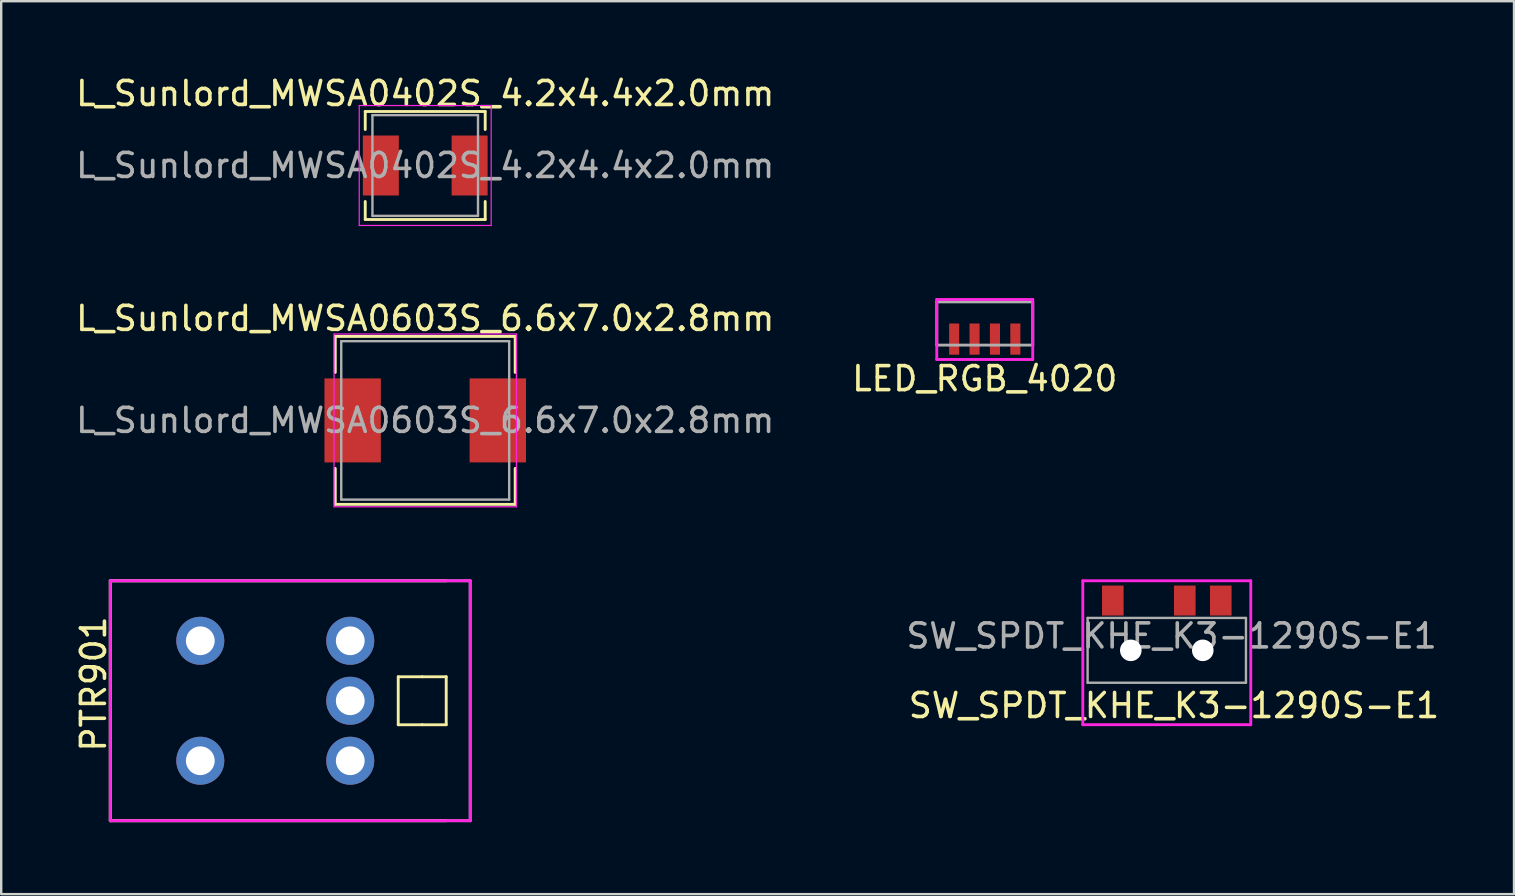
<source format=kicad_pcb>
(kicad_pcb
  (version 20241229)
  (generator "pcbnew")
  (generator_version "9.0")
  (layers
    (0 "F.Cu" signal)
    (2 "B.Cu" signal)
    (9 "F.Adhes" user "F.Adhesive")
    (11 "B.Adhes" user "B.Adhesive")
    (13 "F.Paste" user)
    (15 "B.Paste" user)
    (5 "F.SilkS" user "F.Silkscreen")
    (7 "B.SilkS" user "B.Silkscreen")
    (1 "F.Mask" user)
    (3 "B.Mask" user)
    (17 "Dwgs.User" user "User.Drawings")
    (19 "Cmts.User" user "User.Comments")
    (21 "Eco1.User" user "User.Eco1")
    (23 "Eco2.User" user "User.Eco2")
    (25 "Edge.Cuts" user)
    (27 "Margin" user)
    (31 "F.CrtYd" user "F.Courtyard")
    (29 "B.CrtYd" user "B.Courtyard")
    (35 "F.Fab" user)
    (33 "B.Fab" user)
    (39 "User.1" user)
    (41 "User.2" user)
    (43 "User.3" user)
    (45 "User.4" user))
  (footprint "LED_RGB_4020"
    (layer "F.Cu")
    (at 37.994 10.433)
    (property "Reference" "LED_RGB_4020" (at 0 2.3 0) (layer "F.SilkS") (effects (font (size 1 1) (thickness 0.15))))
    (attr through_hole)
    (fp_line (start -2 -1) (end 2 -1) (stroke (width 0.12) (type solid)) (layer "F.CrtYd"))
    (fp_line (start -2 1.5) (end -2 -1) (stroke (width 0.12) (type solid)) (layer "F.CrtYd"))
    (fp_line (start 2 -1) (end 2 1.5) (stroke (width 0.12) (type solid)) (layer "F.CrtYd"))
    (fp_line (start 2 1.5) (end -2 1.5) (stroke (width 0.12) (type solid)) (layer "F.CrtYd"))
    (fp_line (start -2 -0.9) (end -2 0.9) (stroke (width 0.12) (type solid)) (layer "F.Fab"))
    (fp_line (start -2 -0.9) (end 2 -0.9) (stroke (width 0.12) (type solid)) (layer "F.Fab"))
    (fp_line (start -2 0.9) (end 2 0.9) (stroke (width 0.12) (type solid)) (layer "F.Fab"))
    (fp_line (start 2 0.9) (end 2 -0.9) (stroke (width 0.12) (type solid)) (layer "F.Fab"))
    (pad "1" smd rect (at 1.275 0.65) (size 0.42 1.3) (layers "F.Cu" "F.Mask" "F.Paste"))
    (pad "2" smd rect (at 0.425 0.65) (size 0.42 1.3) (layers "F.Cu" "F.Mask" "F.Paste"))
    (pad "3" smd rect (at -0.425 0.65) (size 0.42 1.3) (layers "F.Cu" "F.Mask" "F.Paste"))
    (pad "4" smd rect (at -1.275 0.65) (size 0.42 1.3) (layers "F.Cu" "F.Mask" "F.Paste")))
  (footprint "SW_SPDT_KHE_K3-1290S-E1"
    (layer "F.Cu")
    (at 45.581 24.056)
    (property "Reference" "SW_SPDT_KHE_K3-1290S-E1" (at 0.3 2.3 0) (layer "F.SilkS") (effects (font (size 1 1) (thickness 0.15))))
    (attr smd)
    (fp_line (start -3.5 1.4) (end 3.5 1.4) (stroke (width 0.12) (type solid)) (layer "Eco1.User"))
    (fp_line (start 0 1.4) (end 0 3) (stroke (width 0.12) (type solid)) (layer "Eco1.User"))
    (fp_line (start 0 3) (end 1 3) (stroke (width 0.12) (type solid)) (layer "Eco1.User"))
    (fp_line (start 1 3) (end 1 1.4) (stroke (width 0.12) (type solid)) (layer "Eco1.User"))
    (fp_line (start -3.5 -2.9) (end -3.5 3.1) (stroke (width 0.12) (type solid)) (layer "F.CrtYd"))
    (fp_line (start -3.5 -2.9) (end 3.5 -2.9) (stroke (width 0.12) (type solid)) (layer "F.CrtYd"))
    (fp_line (start -3.5 3.1) (end 3.5 3.1) (stroke (width 0.12) (type solid)) (layer "F.CrtYd"))
    (fp_line (start 3.5 -2.9) (end 3.5 3.1) (stroke (width 0.12) (type solid)) (layer "F.CrtYd"))
    (fp_line (start -3.3 -1.35) (end -3.3 1.35) (stroke (width 0.1) (type solid)) (layer "F.Fab"))
    (fp_line (start -3.3 -1.35) (end 3.3 -1.35) (stroke (width 0.1) (type solid)) (layer "F.Fab"))
    (fp_line (start 3.3 -1.35) (end 3.3 1.35) (stroke (width 0.1) (type solid)) (layer "F.Fab"))
    (fp_line (start 3.3 1.35) (end -3.3 1.35) (stroke (width 0.1) (type solid)) (layer "F.Fab"))
    (fp_text user "${REFERENCE}" (at 0.2 -0.6 0) (layer "F.Fab") (effects (font (size 1 1) (thickness 0.15))))
    (pad "" np_thru_hole circle (at -1.5 0) (size 0.9 0.9) (drill 0.9) (layers "*.Cu" "*.Mask"))
    (pad "" np_thru_hole circle (at 1.5 0) (size 0.9 0.9) (drill 0.9) (layers "*.Cu" "*.Mask"))
    (pad "1" smd rect (at -2.25 -2.075) (size 0.9 1.25) (layers "F.Cu" "F.Mask" "F.Paste"))
    (pad "2" smd rect (at 0.75 -2.075) (size 0.9 1.25) (layers "F.Cu" "F.Mask" "F.Paste"))
    (pad "3" smd rect (at 2.25 -2.075) (size 0.9 1.25) (layers "F.Cu" "F.Mask" "F.Paste")))
  (footprint "PTR901"
    (layer "F.Cu")
    (at 11.548 26.157)
    (property "Reference" "PTR901" (at -10.7 -0.7 90) (layer "F.SilkS") (effects (font (size 1 1) (thickness 0.15))))
    (attr through_hole)
    (fp_line (start -10 -5) (end 4 -5) (stroke (width 0.12) (type solid)) (layer "F.SilkS"))
    (fp_line (start -10 5) (end -10 -5) (stroke (width 0.12) (type solid)) (layer "F.SilkS"))
    (fp_line (start 2 -1) (end 2 1) (stroke (width 0.12) (type solid)) (layer "F.SilkS"))
    (fp_line (start 2 1) (end 3 1) (stroke (width 0.12) (type solid)) (layer "F.SilkS"))
    (fp_line (start 3 -1) (end 2 -1) (stroke (width 0.12) (type solid)) (layer "F.SilkS"))
    (fp_line (start 3 1) (end 4 1) (stroke (width 0.12) (type solid)) (layer "F.SilkS"))
    (fp_line (start 4 -1) (end 3 -1) (stroke (width 0.12) (type solid)) (layer "F.SilkS"))
    (fp_line (start 4 1) (end 4 -1) (stroke (width 0.12) (type solid)) (layer "F.SilkS"))
    (fp_line (start 4 5) (end -10 5) (stroke (width 0.12) (type solid)) (layer "F.SilkS"))
    (fp_line (start -7.5 -2.5) (end 2.5 -2.5) (stroke (width 0.12) (type solid)) (layer "Eco1.User"))
    (fp_line (start -6.25 -5) (end -6.25 5) (stroke (width 0.12) (type solid)) (layer "Eco1.User"))
    (fp_line (start 0 -5) (end 0 5) (stroke (width 0.12) (type solid)) (layer "Eco1.User"))
    (fp_line (start 0 2.5) (end -7.5 2.5) (stroke (width 0.12) (type solid)) (layer "Eco1.User"))
    (fp_line (start 0 2.5) (end 2.5 2.5) (stroke (width 0.12) (type solid)) (layer "Eco1.User"))
    (fp_line (start -10 -5) (end -10 5) (stroke (width 0.12) (type solid)) (layer "Eco2.User"))
    (fp_line (start -10 5) (end 5 5) (stroke (width 0.12) (type solid)) (layer "Eco2.User"))
    (fp_line (start 5 -5) (end -10 -5) (stroke (width 0.12) (type solid)) (layer "Eco2.User"))
    (fp_line (start 5 -2.5) (end 20 -2.5) (stroke (width 0.12) (type solid)) (layer "Eco2.User"))
    (fp_line (start 5 5) (end 5 -5) (stroke (width 0.12) (type solid)) (layer "Eco2.User"))
    (fp_line (start 20 -2.5) (end 20 2.5) (stroke (width 0.12) (type solid)) (layer "Eco2.User"))
    (fp_line (start 20 2.5) (end 5 2.5) (stroke (width 0.12) (type solid)) (layer "Eco2.User"))
    (fp_line (start -10 -5) (end 5 -5) (stroke (width 0.12) (type solid)) (layer "F.CrtYd"))
    (fp_line (start -10 5) (end -10 -5) (stroke (width 0.12) (type solid)) (layer "F.CrtYd"))
    (fp_line (start 5 -5) (end 5 5) (stroke (width 0.12) (type solid)) (layer "F.CrtYd"))
    (fp_line (start 5 5) (end -10 5) (stroke (width 0.12) (type solid)) (layer "F.CrtYd"))
    (fp_line (start -10 -5) (end 5 -5) (stroke (width 0.12) (type solid)) (layer "F.Fab"))
    (fp_line (start -10 5) (end -10 -5) (stroke (width 0.12) (type solid)) (layer "F.Fab"))
    (fp_line (start 5 -5) (end 5 5) (stroke (width 0.12) (type solid)) (layer "F.Fab"))
    (fp_line (start 5 5) (end -10 5) (stroke (width 0.12) (type solid)) (layer "F.Fab"))
    (pad "1" thru_hole circle (at -6.25 -2.5) (size 2 2) (drill 1.2) (layers "*.Cu" "*.Mask"))
    (pad "2" thru_hole circle (at -6.25 2.5) (size 2 2) (drill 1.2) (layers "*.Cu" "*.Mask"))
    (pad "3" thru_hole circle (at 0 2.5) (size 2 2) (drill 1.2) (layers "*.Cu" "*.Mask"))
    (pad "4" thru_hole circle (at 0 0) (size 2 2) (drill 1.2) (layers "*.Cu" "*.Mask"))
    (pad "5" thru_hole circle (at 0 -2.5) (size 2 2) (drill 1.2) (layers "*.Cu" "*.Mask")))
  (footprint "L_Sunlord_MWSA0603S_6.6x7.0x2.8mm"
    (layer "F.Cu")
    (at 14.673 14.472)
    (property "Reference" "L_Sunlord_MWSA0603S_6.6x7.0x2.8mm" (at 0 -4.25 0) (layer "F.SilkS") (effects (font (size 1 1) (thickness 0.15))))
    (attr smd)
    (fp_line (start -3.75 -3.5) (end -3.75 -2) (stroke (width 0.12) (type solid)) (layer "F.SilkS"))
    (fp_line (start -3.75 -3.5) (end 3.75 -3.5) (stroke (width 0.12) (type solid)) (layer "F.SilkS"))
    (fp_line (start -3.75 3.5) (end -3.75 2) (stroke (width 0.12) (type solid)) (layer "F.SilkS"))
    (fp_line (start -3.75 3.5) (end 3.75 3.5) (stroke (width 0.12) (type solid)) (layer "F.SilkS"))
    (fp_line (start 3.75 -3.5) (end 3.75 -2) (stroke (width 0.12) (type solid)) (layer "F.SilkS"))
    (fp_line (start 3.75 3.5) (end 3.75 2) (stroke (width 0.12) (type solid)) (layer "F.SilkS"))
    (fp_line (start -3.8 -3.6) (end 3.8 -3.6) (stroke (width 0.05) (type solid)) (layer "F.CrtYd"))
    (fp_line (start -3.8 3.6) (end -3.8 -3.6) (stroke (width 0.05) (type solid)) (layer "F.CrtYd"))
    (fp_line (start 3.8 -3.6) (end 3.8 3.6) (stroke (width 0.05) (type solid)) (layer "F.CrtYd"))
    (fp_line (start 3.8 3.6) (end -3.8 3.6) (stroke (width 0.05) (type solid)) (layer "F.CrtYd"))
    (fp_line (start -3.5 -3.3) (end 3.5 -3.3) (stroke (width 0.1) (type solid)) (layer "F.Fab"))
    (fp_line (start -3.5 3.3) (end -3.5 -3.3) (stroke (width 0.1) (type solid)) (layer "F.Fab"))
    (fp_line (start 3.5 -3.3) (end 3.5 3.3) (stroke (width 0.1) (type solid)) (layer "F.Fab"))
    (fp_line (start 3.5 3.3) (end -3.5 3.3) (stroke (width 0.1) (type solid)) (layer "F.Fab"))
    (fp_text user "${REFERENCE}" (at 0 0 0) (layer "F.Fab") (effects (font (size 1 1) (thickness 0.15))))
    (pad "1" smd rect (at -3.025 0) (size 2.35 3.5) (layers "F.Cu" "F.Mask" "F.Paste"))
    (pad "2" smd rect (at 3.025 0) (size 2.35 3.5) (layers "F.Cu" "F.Mask" "F.Paste")))
  (footprint "L_Sunlord_MWSA0402S_4.2x4.4x2.0mm"
    (layer "F.Cu")
    (at 14.673 3.848)
    (property "Reference" "L_Sunlord_MWSA0402S_4.2x4.4x2.0mm" (at 0 -3 0) (layer "F.SilkS") (effects (font (size 1 1) (thickness 0.15))))
    (attr smd)
    (fp_line (start -2.5 -2.25) (end 2.5 -2.25) (stroke (width 0.12) (type solid)) (layer "F.SilkS"))
    (fp_line (start -2.5 -1.5) (end -2.5 -2.25) (stroke (width 0.12) (type solid)) (layer "F.SilkS"))
    (fp_line (start -2.5 1.5) (end -2.5 2.25) (stroke (width 0.12) (type solid)) (layer "F.SilkS"))
    (fp_line (start -2.5 2.25) (end 2.5 2.25) (stroke (width 0.12) (type solid)) (layer "F.SilkS"))
    (fp_line (start 2.5 -2.25) (end 2.5 -1.5) (stroke (width 0.12) (type solid)) (layer "F.SilkS"))
    (fp_line (start 2.5 2.25) (end 2.5 1.5) (stroke (width 0.12) (type solid)) (layer "F.SilkS"))
    (fp_line (start -2.75 -2.5) (end 2.75 -2.5) (stroke (width 0.05) (type solid)) (layer "F.CrtYd"))
    (fp_line (start -2.75 2.5) (end -2.75 -2.5) (stroke (width 0.05) (type solid)) (layer "F.CrtYd"))
    (fp_line (start 2.75 -2.5) (end 2.75 2.5) (stroke (width 0.05) (type solid)) (layer "F.CrtYd"))
    (fp_line (start 2.75 2.5) (end -2.75 2.5) (stroke (width 0.05) (type solid)) (layer "F.CrtYd"))
    (fp_line (start -2.2 -2.1) (end 2.2 -2.1) (stroke (width 0.1) (type solid)) (layer "F.Fab"))
    (fp_line (start -2.2 2.1) (end -2.2 -2.1) (stroke (width 0.1) (type solid)) (layer "F.Fab"))
    (fp_line (start 2.2 -2.1) (end 2.2 2.1) (stroke (width 0.1) (type solid)) (layer "F.Fab"))
    (fp_line (start 2.2 2.1) (end -2.2 2.1) (stroke (width 0.1) (type solid)) (layer "F.Fab"))
    (fp_text user "${REFERENCE}" (at 0 0 0) (layer "F.Fab") (effects (font (size 1 1) (thickness 0.15))))
    (pad "1" smd rect (at -1.85 0) (size 1.5 2.5) (layers "F.Cu" "F.Mask" "F.Paste"))
    (pad "2" smd rect (at 1.85 0) (size 1.5 2.5) (layers "F.Cu" "F.Mask" "F.Paste")))
  (gr_rect
    (start -3 -3)
    (end 60.053 34.217)
    (stroke (width 0.1) (type default))
    (fill no)
    (layer "Edge.Cuts")))
</source>
